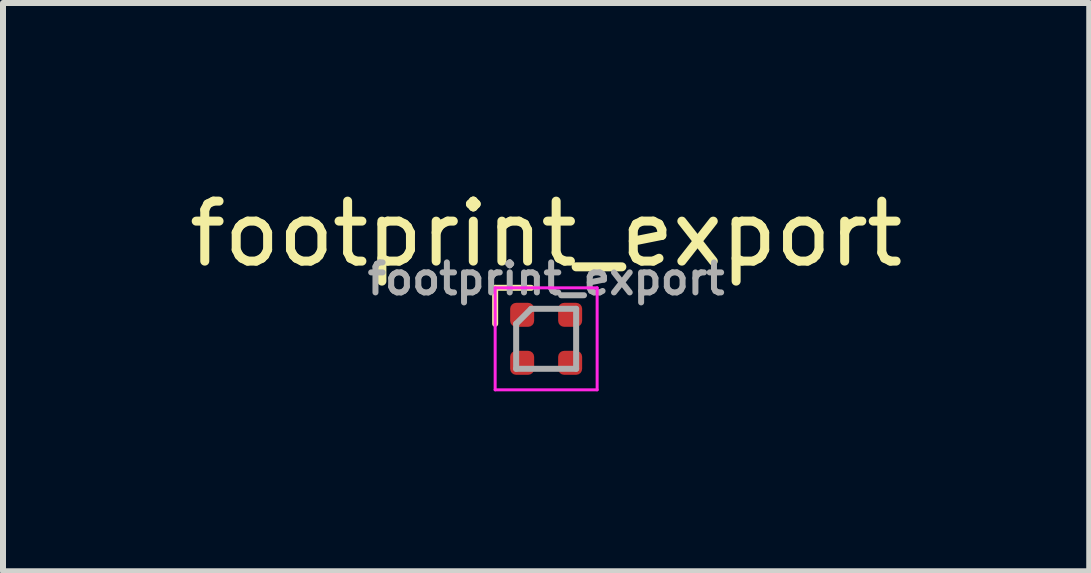
<source format=kicad_pcb>
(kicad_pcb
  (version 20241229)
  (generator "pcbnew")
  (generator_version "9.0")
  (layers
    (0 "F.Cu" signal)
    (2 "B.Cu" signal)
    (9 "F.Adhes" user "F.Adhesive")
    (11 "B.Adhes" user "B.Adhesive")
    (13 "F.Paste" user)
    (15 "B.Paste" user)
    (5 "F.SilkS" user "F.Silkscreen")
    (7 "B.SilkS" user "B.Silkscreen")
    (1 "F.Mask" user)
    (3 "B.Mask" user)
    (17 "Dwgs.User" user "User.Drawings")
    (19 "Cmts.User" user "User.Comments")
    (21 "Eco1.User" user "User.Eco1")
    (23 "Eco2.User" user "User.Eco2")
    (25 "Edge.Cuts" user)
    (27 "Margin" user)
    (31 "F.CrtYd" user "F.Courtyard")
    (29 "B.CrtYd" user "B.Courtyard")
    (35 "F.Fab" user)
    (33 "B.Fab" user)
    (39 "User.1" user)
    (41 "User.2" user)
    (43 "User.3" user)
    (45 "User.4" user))
  (footprint "footprint_export"
    (layer "F.Cu")
    (at 6.054 2.598)
    (property "Reference" "footprint_export" (at 0 -1.75 0) (layer "F.SilkS") (effects (font (size 1 1) (thickness 0.15))))
    (attr smd)
    (fp_line (start -0.85 -0.85) (end -0.85 -0.25) (stroke (width 0.1) (type solid)) (layer "F.SilkS"))
    (fp_line (start -0.25 -0.85) (end -0.85 -0.85) (stroke (width 0.1) (type solid)) (layer "F.SilkS"))
    (fp_line (start -0.85 -0.85) (end -0.85 0.85) (stroke (width 0.05) (type solid)) (layer "F.CrtYd"))
    (fp_line (start -0.85 0.85) (end 0.85 0.85) (stroke (width 0.05) (type solid)) (layer "F.CrtYd"))
    (fp_line (start 0.85 -0.85) (end -0.85 -0.85) (stroke (width 0.05) (type solid)) (layer "F.CrtYd"))
    (fp_line (start 0.85 0.85) (end 0.85 -0.85) (stroke (width 0.05) (type solid)) (layer "F.CrtYd"))
    (fp_line (start -0.5 -0.25) (end -0.5 0.5) (stroke (width 0.1) (type solid)) (layer "F.Fab"))
    (fp_line (start -0.5 0.5) (end 0.5 0.5) (stroke (width 0.1) (type solid)) (layer "F.Fab"))
    (fp_line (start -0.25 -0.5) (end -0.5 -0.25) (stroke (width 0.1) (type solid)) (layer "F.Fab"))
    (fp_line (start 0.5 -0.5) (end -0.25 -0.5) (stroke (width 0.1) (type solid)) (layer "F.Fab"))
    (fp_line (start 0.5 0.5) (end 0.5 -0.5) (stroke (width 0.1) (type solid)) (layer "F.Fab"))
    (fp_text user "${REFERENCE}" (at 0 -1 0) (layer "F.Fab") (effects (font (size 0.5 0.5) (thickness 0.1))))
    (pad "1" smd roundrect (at -0.4 -0.4) (size 0.4 0.4) (layers "F.Cu" "F.Mask" "F.Paste") (roundrect_rratio 0.25))
    (pad "2" smd roundrect (at 0.4 -0.4) (size 0.4 0.4) (layers "F.Cu" "F.Mask" "F.Paste") (roundrect_rratio 0.25))
    (pad "3" smd roundrect (at 0.4 0.4) (size 0.4 0.4) (layers "F.Cu" "F.Mask" "F.Paste") (roundrect_rratio 0.25))
    (pad "4" smd roundrect (at -0.4 0.4) (size 0.4 0.4) (layers "F.Cu" "F.Mask" "F.Paste") (roundrect_rratio 0.25)))
  (gr_rect
    (start -3 -3)
    (end 15.107 6.473)
    (stroke (width 0.1) (type default))
    (fill no)
    (layer "Edge.Cuts")))
</source>
